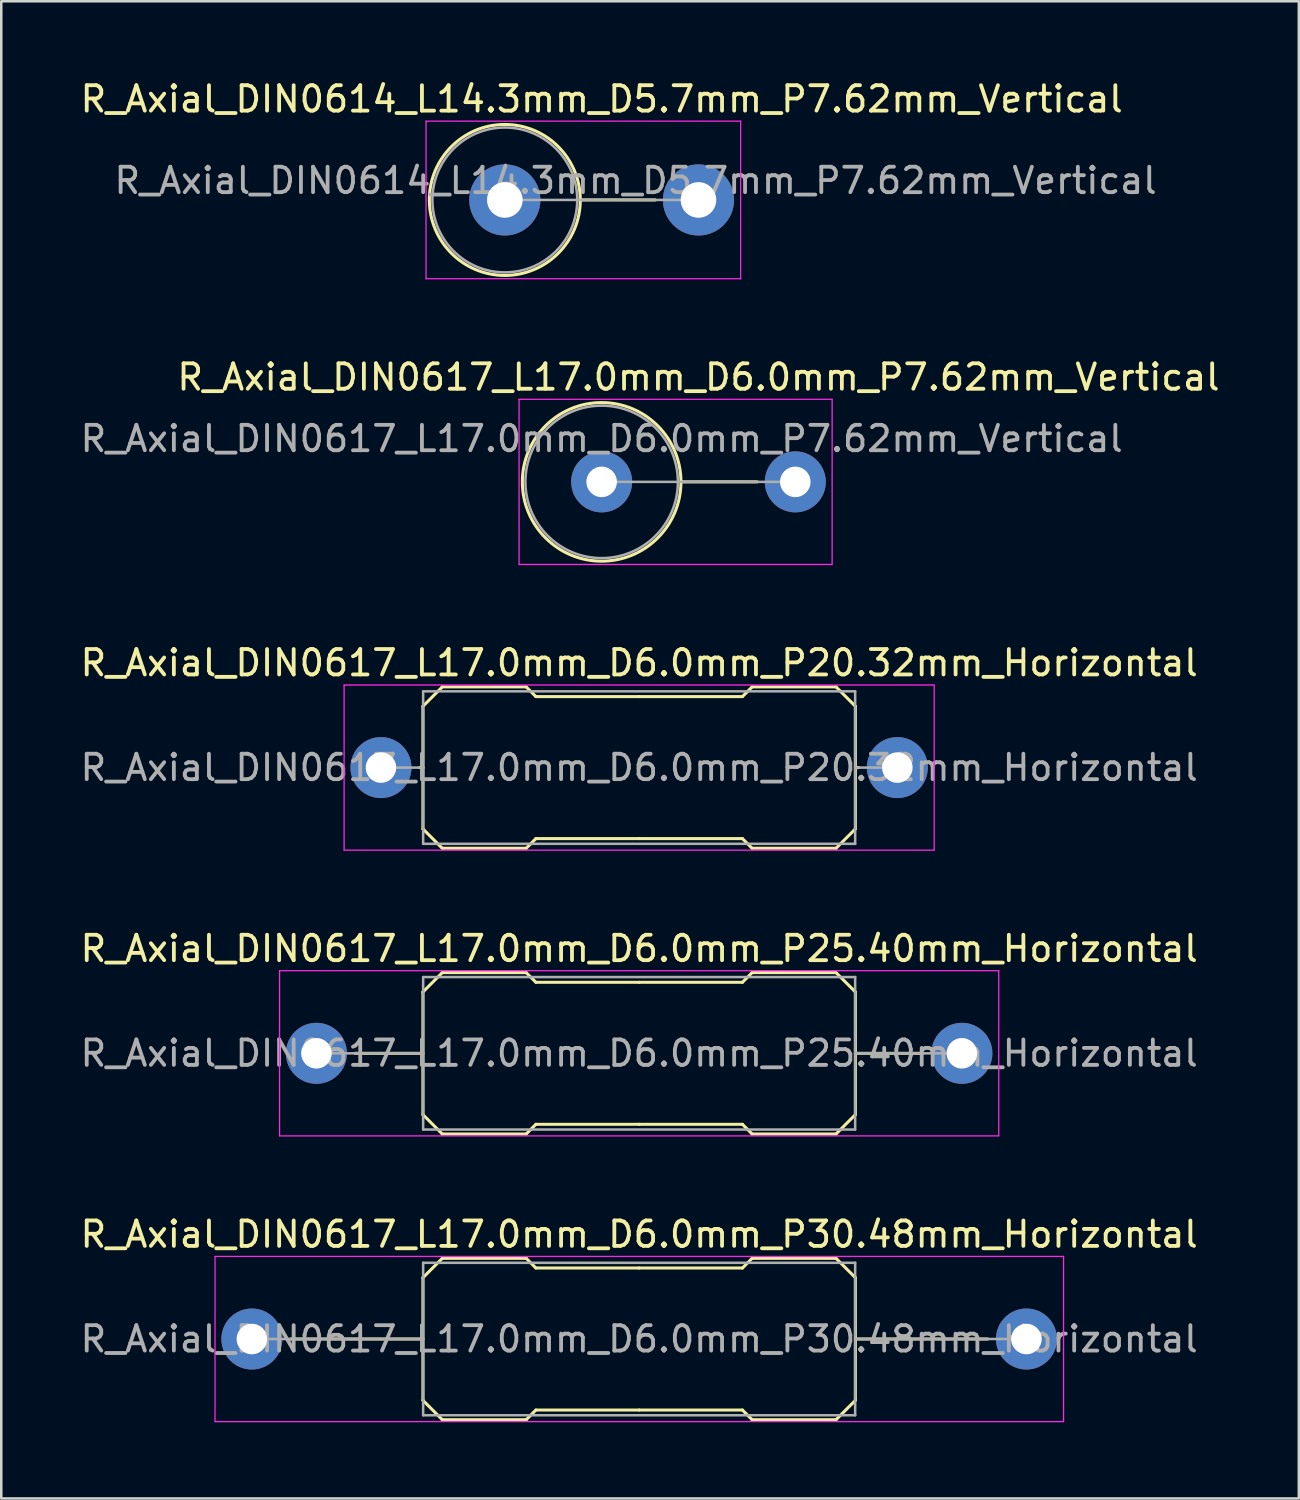
<source format=kicad_pcb>
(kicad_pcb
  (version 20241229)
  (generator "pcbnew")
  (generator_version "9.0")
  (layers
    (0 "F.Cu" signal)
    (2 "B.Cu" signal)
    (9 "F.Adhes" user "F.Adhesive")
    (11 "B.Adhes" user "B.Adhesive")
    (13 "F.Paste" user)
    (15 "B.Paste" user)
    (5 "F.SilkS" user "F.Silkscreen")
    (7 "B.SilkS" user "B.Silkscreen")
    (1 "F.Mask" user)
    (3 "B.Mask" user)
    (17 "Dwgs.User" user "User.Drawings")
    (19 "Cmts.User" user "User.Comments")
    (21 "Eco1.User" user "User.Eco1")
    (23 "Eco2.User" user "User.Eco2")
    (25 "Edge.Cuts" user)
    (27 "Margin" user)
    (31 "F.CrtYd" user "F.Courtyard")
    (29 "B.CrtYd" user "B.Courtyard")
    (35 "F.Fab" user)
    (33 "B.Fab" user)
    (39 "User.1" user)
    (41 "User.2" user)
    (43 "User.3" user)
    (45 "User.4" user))
  (footprint "R_Axial_DIN0617_L17.0mm_D6.0mm_P25.40mm_Horizontal"
    (layer "F.Cu")
    (at 9.401 38.398)
    (property "Reference" "R_Axial_DIN0617_L17.0mm_D6.0mm_P25.40mm_Horizontal" (at 12.7 -4.12 0) (layer "F.SilkS") (effects (font (size 1 1) (thickness 0.15))))
    (attr through_hole)
    (fp_line (start 4.191 -2.413) (end 4.191 2.413) (stroke (width 0.12) (type solid)) (layer "F.SilkS"))
    (fp_line (start 4.191 -2.413) (end 4.953 -3.175) (stroke (width 0.12) (type solid)) (layer "F.SilkS"))
    (fp_line (start 4.191 0) (end 1.524 0) (stroke (width 0.12) (type solid)) (layer "F.SilkS"))
    (fp_line (start 4.191 2.413) (end 4.953 3.175) (stroke (width 0.12) (type solid)) (layer "F.SilkS"))
    (fp_line (start 4.953 -3.175) (end 8.255 -3.175) (stroke (width 0.12) (type solid)) (layer "F.SilkS"))
    (fp_line (start 4.953 3.175) (end 8.255 3.175) (stroke (width 0.12) (type solid)) (layer "F.SilkS"))
    (fp_line (start 8.255 -3.175) (end 8.636 -2.794) (stroke (width 0.12) (type solid)) (layer "F.SilkS"))
    (fp_line (start 8.255 3.175) (end 8.636 2.794) (stroke (width 0.12) (type solid)) (layer "F.SilkS"))
    (fp_line (start 8.636 -2.794) (end 12.7 -2.794) (stroke (width 0.12) (type solid)) (layer "F.SilkS"))
    (fp_line (start 8.636 2.794) (end 12.7 2.794) (stroke (width 0.12) (type solid)) (layer "F.SilkS"))
    (fp_line (start 16.764 -2.794) (end 12.7 -2.794) (stroke (width 0.12) (type solid)) (layer "F.SilkS"))
    (fp_line (start 16.764 2.794) (end 12.7 2.794) (stroke (width 0.12) (type solid)) (layer "F.SilkS"))
    (fp_line (start 17.145 -3.175) (end 16.764 -2.794) (stroke (width 0.12) (type solid)) (layer "F.SilkS"))
    (fp_line (start 17.145 3.175) (end 16.764 2.794) (stroke (width 0.12) (type solid)) (layer "F.SilkS"))
    (fp_line (start 20.447 -3.175) (end 17.145 -3.175) (stroke (width 0.12) (type solid)) (layer "F.SilkS"))
    (fp_line (start 20.447 3.175) (end 17.145 3.175) (stroke (width 0.12) (type solid)) (layer "F.SilkS"))
    (fp_line (start 21.209 -2.413) (end 20.447 -3.175) (stroke (width 0.12) (type solid)) (layer "F.SilkS"))
    (fp_line (start 21.209 0) (end 23.876 0) (stroke (width 0.12) (type solid)) (layer "F.SilkS"))
    (fp_line (start 21.209 2.413) (end 20.447 3.175) (stroke (width 0.12) (type solid)) (layer "F.SilkS"))
    (fp_line (start 21.209 2.413) (end 21.209 -2.413) (stroke (width 0.12) (type solid)) (layer "F.SilkS"))
    (fp_line (start -1.45 -3.25) (end -1.45 3.25) (stroke (width 0.05) (type solid)) (layer "F.CrtYd"))
    (fp_line (start -1.45 3.25) (end 26.85 3.25) (stroke (width 0.05) (type solid)) (layer "F.CrtYd"))
    (fp_line (start 26.85 -3.25) (end -1.45 -3.25) (stroke (width 0.05) (type solid)) (layer "F.CrtYd"))
    (fp_line (start 26.85 3.25) (end 26.85 -3.25) (stroke (width 0.05) (type solid)) (layer "F.CrtYd"))
    (fp_line (start 0 0) (end 4.2 0) (stroke (width 0.1) (type solid)) (layer "F.Fab"))
    (fp_line (start 4.2 -3) (end 4.2 3) (stroke (width 0.1) (type solid)) (layer "F.Fab"))
    (fp_line (start 4.2 3) (end 21.2 3) (stroke (width 0.1) (type solid)) (layer "F.Fab"))
    (fp_line (start 21.2 -3) (end 4.2 -3) (stroke (width 0.1) (type solid)) (layer "F.Fab"))
    (fp_line (start 21.2 3) (end 21.2 -3) (stroke (width 0.1) (type solid)) (layer "F.Fab"))
    (fp_line (start 25.4 0) (end 21.2 0) (stroke (width 0.1) (type solid)) (layer "F.Fab"))
    (fp_text user "${REFERENCE}" (at 12.7 0 0) (layer "F.Fab") (effects (font (size 1 1) (thickness 0.15))))
    (pad "1" thru_hole circle (at 0 0) (size 2.4 2.4) (drill 1.2) (layers "*.Cu" "*.Mask"))
    (pad "2" thru_hole oval (at 25.4 0) (size 2.4 2.4) (drill 1.2) (layers "*.Cu" "*.Mask")))
  (footprint "R_Axial_DIN0617_L17.0mm_D6.0mm_P30.48mm_Horizontal"
    (layer "F.Cu")
    (at 6.861 49.641)
    (property "Reference" "R_Axial_DIN0617_L17.0mm_D6.0mm_P30.48mm_Horizontal" (at 15.24 -4.12 0) (layer "F.SilkS") (effects (font (size 1 1) (thickness 0.15))))
    (attr through_hole)
    (fp_line (start 6.731 -2.413) (end 6.731 2.413) (stroke (width 0.12) (type solid)) (layer "F.SilkS"))
    (fp_line (start 6.731 -2.413) (end 7.493 -3.175) (stroke (width 0.12) (type solid)) (layer "F.SilkS"))
    (fp_line (start 6.731 0) (end 1.524 0) (stroke (width 0.12) (type solid)) (layer "F.SilkS"))
    (fp_line (start 6.731 2.413) (end 7.493 3.175) (stroke (width 0.12) (type solid)) (layer "F.SilkS"))
    (fp_line (start 7.493 -3.175) (end 10.795 -3.175) (stroke (width 0.12) (type solid)) (layer "F.SilkS"))
    (fp_line (start 7.493 3.175) (end 10.795 3.175) (stroke (width 0.12) (type solid)) (layer "F.SilkS"))
    (fp_line (start 10.795 -3.175) (end 11.176 -2.794) (stroke (width 0.12) (type solid)) (layer "F.SilkS"))
    (fp_line (start 10.795 3.175) (end 11.176 2.794) (stroke (width 0.12) (type solid)) (layer "F.SilkS"))
    (fp_line (start 11.176 -2.794) (end 15.24 -2.794) (stroke (width 0.12) (type solid)) (layer "F.SilkS"))
    (fp_line (start 11.176 2.794) (end 15.24 2.794) (stroke (width 0.12) (type solid)) (layer "F.SilkS"))
    (fp_line (start 19.304 -2.794) (end 15.24 -2.794) (stroke (width 0.12) (type solid)) (layer "F.SilkS"))
    (fp_line (start 19.304 2.794) (end 15.24 2.794) (stroke (width 0.12) (type solid)) (layer "F.SilkS"))
    (fp_line (start 19.685 -3.175) (end 19.304 -2.794) (stroke (width 0.12) (type solid)) (layer "F.SilkS"))
    (fp_line (start 19.685 3.175) (end 19.304 2.794) (stroke (width 0.12) (type solid)) (layer "F.SilkS"))
    (fp_line (start 22.987 -3.175) (end 19.685 -3.175) (stroke (width 0.12) (type solid)) (layer "F.SilkS"))
    (fp_line (start 22.987 3.175) (end 19.685 3.175) (stroke (width 0.12) (type solid)) (layer "F.SilkS"))
    (fp_line (start 23.749 -2.413) (end 22.987 -3.175) (stroke (width 0.12) (type solid)) (layer "F.SilkS"))
    (fp_line (start 23.749 0) (end 28.956 0) (stroke (width 0.12) (type solid)) (layer "F.SilkS"))
    (fp_line (start 23.749 2.413) (end 22.987 3.175) (stroke (width 0.12) (type solid)) (layer "F.SilkS"))
    (fp_line (start 23.749 2.413) (end 23.749 -2.413) (stroke (width 0.12) (type solid)) (layer "F.SilkS"))
    (fp_line (start -1.45 -3.25) (end -1.45 3.25) (stroke (width 0.05) (type solid)) (layer "F.CrtYd"))
    (fp_line (start -1.45 3.25) (end 31.94 3.25) (stroke (width 0.05) (type solid)) (layer "F.CrtYd"))
    (fp_line (start 31.94 -3.25) (end -1.45 -3.25) (stroke (width 0.05) (type solid)) (layer "F.CrtYd"))
    (fp_line (start 31.94 3.25) (end 31.94 -3.25) (stroke (width 0.05) (type solid)) (layer "F.CrtYd"))
    (fp_line (start 0 0) (end 6.74 0) (stroke (width 0.1) (type solid)) (layer "F.Fab"))
    (fp_line (start 6.74 -3) (end 6.74 3) (stroke (width 0.1) (type solid)) (layer "F.Fab"))
    (fp_line (start 6.74 3) (end 23.74 3) (stroke (width 0.1) (type solid)) (layer "F.Fab"))
    (fp_line (start 23.74 -3) (end 6.74 -3) (stroke (width 0.1) (type solid)) (layer "F.Fab"))
    (fp_line (start 23.74 3) (end 23.74 -3) (stroke (width 0.1) (type solid)) (layer "F.Fab"))
    (fp_line (start 30.48 0) (end 23.74 0) (stroke (width 0.1) (type solid)) (layer "F.Fab"))
    (fp_text user "${REFERENCE}" (at 15.24 0 0) (layer "F.Fab") (effects (font (size 1 1) (thickness 0.15))))
    (pad "1" thru_hole circle (at 0 0) (size 2.4 2.4) (drill 1.2) (layers "*.Cu" "*.Mask"))
    (pad "2" thru_hole oval (at 30.48 0) (size 2.4 2.4) (drill 1.2) (layers "*.Cu" "*.Mask")))
  (footprint "R_Axial_DIN0614_L14.3mm_D5.7mm_P7.62mm_Vertical"
    (layer "F.Cu")
    (at 16.815 4.818)
    (property "Reference" "R_Axial_DIN0614_L14.3mm_D5.7mm_P7.62mm_Vertical" (at 3.81 -3.97 0) (layer "F.SilkS") (effects (font (size 1 1) (thickness 0.15))))
    (attr through_hole)
    (fp_line (start 2.97 0) (end 5.92 0) (stroke (width 0.12) (type solid)) (layer "F.SilkS"))
    (fp_circle (center 0 0) (end 2.97 0) (stroke (width 0.12) (type solid)) (fill no) (layer "F.SilkS"))
    (fp_line (start -3.1 -3.1) (end -3.1 3.1) (stroke (width 0.05) (type solid)) (layer "F.CrtYd"))
    (fp_line (start -3.1 3.1) (end 9.28 3.1) (stroke (width 0.05) (type solid)) (layer "F.CrtYd"))
    (fp_line (start 9.28 -3.1) (end -3.1 -3.1) (stroke (width 0.05) (type solid)) (layer "F.CrtYd"))
    (fp_line (start 9.28 3.1) (end 9.28 -3.1) (stroke (width 0.05) (type solid)) (layer "F.CrtYd"))
    (fp_line (start 0 0) (end 7.62 0) (stroke (width 0.1) (type solid)) (layer "F.Fab"))
    (fp_circle (center 0 0) (end 2.85 0) (stroke (width 0.1) (type solid)) (fill no) (layer "F.Fab"))
    (fp_text user "${REFERENCE}" (at 5.144 -0.762 0) (layer "F.Fab") (effects (font (size 1 1) (thickness 0.15))))
    (pad "1" thru_hole circle (at 0 0) (size 2.8 2.8) (drill 1.4) (layers "*.Cu" "*.Mask"))
    (pad "2" thru_hole oval (at 7.62 0) (size 2.8 2.8) (drill 1.4) (layers "*.Cu" "*.Mask")))
  (footprint "R_Axial_DIN0617_L17.0mm_D6.0mm_P20.32mm_Horizontal"
    (layer "F.Cu")
    (at 11.941 27.155)
    (property "Reference" "R_Axial_DIN0617_L17.0mm_D6.0mm_P20.32mm_Horizontal" (at 10.16 -4.12 0) (layer "F.SilkS") (effects (font (size 1 1) (thickness 0.15))))
    (attr through_hole)
    (fp_line (start 1.651 -2.413) (end 1.651 2.413) (stroke (width 0.12) (type solid)) (layer "F.SilkS"))
    (fp_line (start 1.651 -2.413) (end 2.413 -3.175) (stroke (width 0.12) (type solid)) (layer "F.SilkS"))
    (fp_line (start 1.651 0) (end 1.524 0) (stroke (width 0.12) (type solid)) (layer "F.SilkS"))
    (fp_line (start 1.651 2.413) (end 2.413 3.175) (stroke (width 0.12) (type solid)) (layer "F.SilkS"))
    (fp_line (start 2.413 -3.175) (end 5.715 -3.175) (stroke (width 0.12) (type solid)) (layer "F.SilkS"))
    (fp_line (start 2.413 3.175) (end 5.715 3.175) (stroke (width 0.12) (type solid)) (layer "F.SilkS"))
    (fp_line (start 5.715 -3.175) (end 6.096 -2.794) (stroke (width 0.12) (type solid)) (layer "F.SilkS"))
    (fp_line (start 5.715 3.175) (end 6.096 2.794) (stroke (width 0.12) (type solid)) (layer "F.SilkS"))
    (fp_line (start 6.096 -2.794) (end 10.16 -2.794) (stroke (width 0.12) (type solid)) (layer "F.SilkS"))
    (fp_line (start 6.096 2.794) (end 10.16 2.794) (stroke (width 0.12) (type solid)) (layer "F.SilkS"))
    (fp_line (start 14.224 -2.794) (end 10.16 -2.794) (stroke (width 0.12) (type solid)) (layer "F.SilkS"))
    (fp_line (start 14.224 2.794) (end 10.16 2.794) (stroke (width 0.12) (type solid)) (layer "F.SilkS"))
    (fp_line (start 14.605 -3.175) (end 14.224 -2.794) (stroke (width 0.12) (type solid)) (layer "F.SilkS"))
    (fp_line (start 14.605 3.175) (end 14.224 2.794) (stroke (width 0.12) (type solid)) (layer "F.SilkS"))
    (fp_line (start 17.907 -3.175) (end 14.605 -3.175) (stroke (width 0.12) (type solid)) (layer "F.SilkS"))
    (fp_line (start 17.907 3.175) (end 14.605 3.175) (stroke (width 0.12) (type solid)) (layer "F.SilkS"))
    (fp_line (start 18.669 -2.413) (end 17.907 -3.175) (stroke (width 0.12) (type solid)) (layer "F.SilkS"))
    (fp_line (start 18.669 0) (end 18.796 0) (stroke (width 0.12) (type solid)) (layer "F.SilkS"))
    (fp_line (start 18.669 2.413) (end 17.907 3.175) (stroke (width 0.12) (type solid)) (layer "F.SilkS"))
    (fp_line (start 18.669 2.413) (end 18.669 -2.413) (stroke (width 0.12) (type solid)) (layer "F.SilkS"))
    (fp_line (start -1.45 -3.25) (end -1.45 3.25) (stroke (width 0.05) (type solid)) (layer "F.CrtYd"))
    (fp_line (start -1.45 3.25) (end 21.77 3.25) (stroke (width 0.05) (type solid)) (layer "F.CrtYd"))
    (fp_line (start 21.77 -3.25) (end -1.45 -3.25) (stroke (width 0.05) (type solid)) (layer "F.CrtYd"))
    (fp_line (start 21.77 3.25) (end 21.77 -3.25) (stroke (width 0.05) (type solid)) (layer "F.CrtYd"))
    (fp_line (start 0 0) (end 1.66 0) (stroke (width 0.1) (type solid)) (layer "F.Fab"))
    (fp_line (start 1.66 -3) (end 1.66 3) (stroke (width 0.1) (type solid)) (layer "F.Fab"))
    (fp_line (start 1.66 3) (end 18.66 3) (stroke (width 0.1) (type solid)) (layer "F.Fab"))
    (fp_line (start 18.66 -3) (end 1.66 -3) (stroke (width 0.1) (type solid)) (layer "F.Fab"))
    (fp_line (start 18.66 3) (end 18.66 -3) (stroke (width 0.1) (type solid)) (layer "F.Fab"))
    (fp_line (start 20.32 0) (end 18.66 0) (stroke (width 0.1) (type solid)) (layer "F.Fab"))
    (fp_text user "${REFERENCE}" (at 10.16 0 0) (layer "F.Fab") (effects (font (size 1 1) (thickness 0.15))))
    (pad "1" thru_hole circle (at 0 0) (size 2.4 2.4) (drill 1.2) (layers "*.Cu" "*.Mask"))
    (pad "2" thru_hole oval (at 20.32 0) (size 2.4 2.4) (drill 1.2) (layers "*.Cu" "*.Mask")))
  (footprint "R_Axial_DIN0617_L17.0mm_D6.0mm_P7.62mm_Vertical"
    (layer "F.Cu")
    (at 20.625 15.912)
    (property "Reference" "R_Axial_DIN0617_L17.0mm_D6.0mm_P7.62mm_Vertical" (at 3.81 -4.12 0) (layer "F.SilkS") (effects (font (size 1 1) (thickness 0.15))))
    (attr through_hole)
    (fp_line (start 3.12 0) (end 6.12 0) (stroke (width 0.12) (type solid)) (layer "F.SilkS"))
    (fp_circle (center 0 0) (end 3.12 0) (stroke (width 0.12) (type solid)) (fill no) (layer "F.SilkS"))
    (fp_line (start -3.25 -3.25) (end -3.25 3.25) (stroke (width 0.05) (type solid)) (layer "F.CrtYd"))
    (fp_line (start -3.25 3.25) (end 9.07 3.25) (stroke (width 0.05) (type solid)) (layer "F.CrtYd"))
    (fp_line (start 9.07 -3.25) (end -3.25 -3.25) (stroke (width 0.05) (type solid)) (layer "F.CrtYd"))
    (fp_line (start 9.07 3.25) (end 9.07 -3.25) (stroke (width 0.05) (type solid)) (layer "F.CrtYd"))
    (fp_line (start 0 0) (end 7.62 0) (stroke (width 0.1) (type solid)) (layer "F.Fab"))
    (fp_circle (center 0 0) (end 3 0) (stroke (width 0.1) (type solid)) (fill no) (layer "F.Fab"))
    (fp_text user "${REFERENCE}" (at 0 -1.7 0) (layer "F.Fab") (effects (font (size 1 1) (thickness 0.15))))
    (pad "1" thru_hole circle (at 0 0) (size 2.4 2.4) (drill 1.2) (layers "*.Cu" "*.Mask"))
    (pad "2" thru_hole oval (at 7.62 0) (size 2.4 2.4) (drill 1.2) (layers "*.Cu" "*.Mask")))
  (gr_rect
    (start -3 -3)
    (end 48.06 55.916)
    (stroke (width 0.1) (type default))
    (fill no)
    (layer "Edge.Cuts")))
</source>
